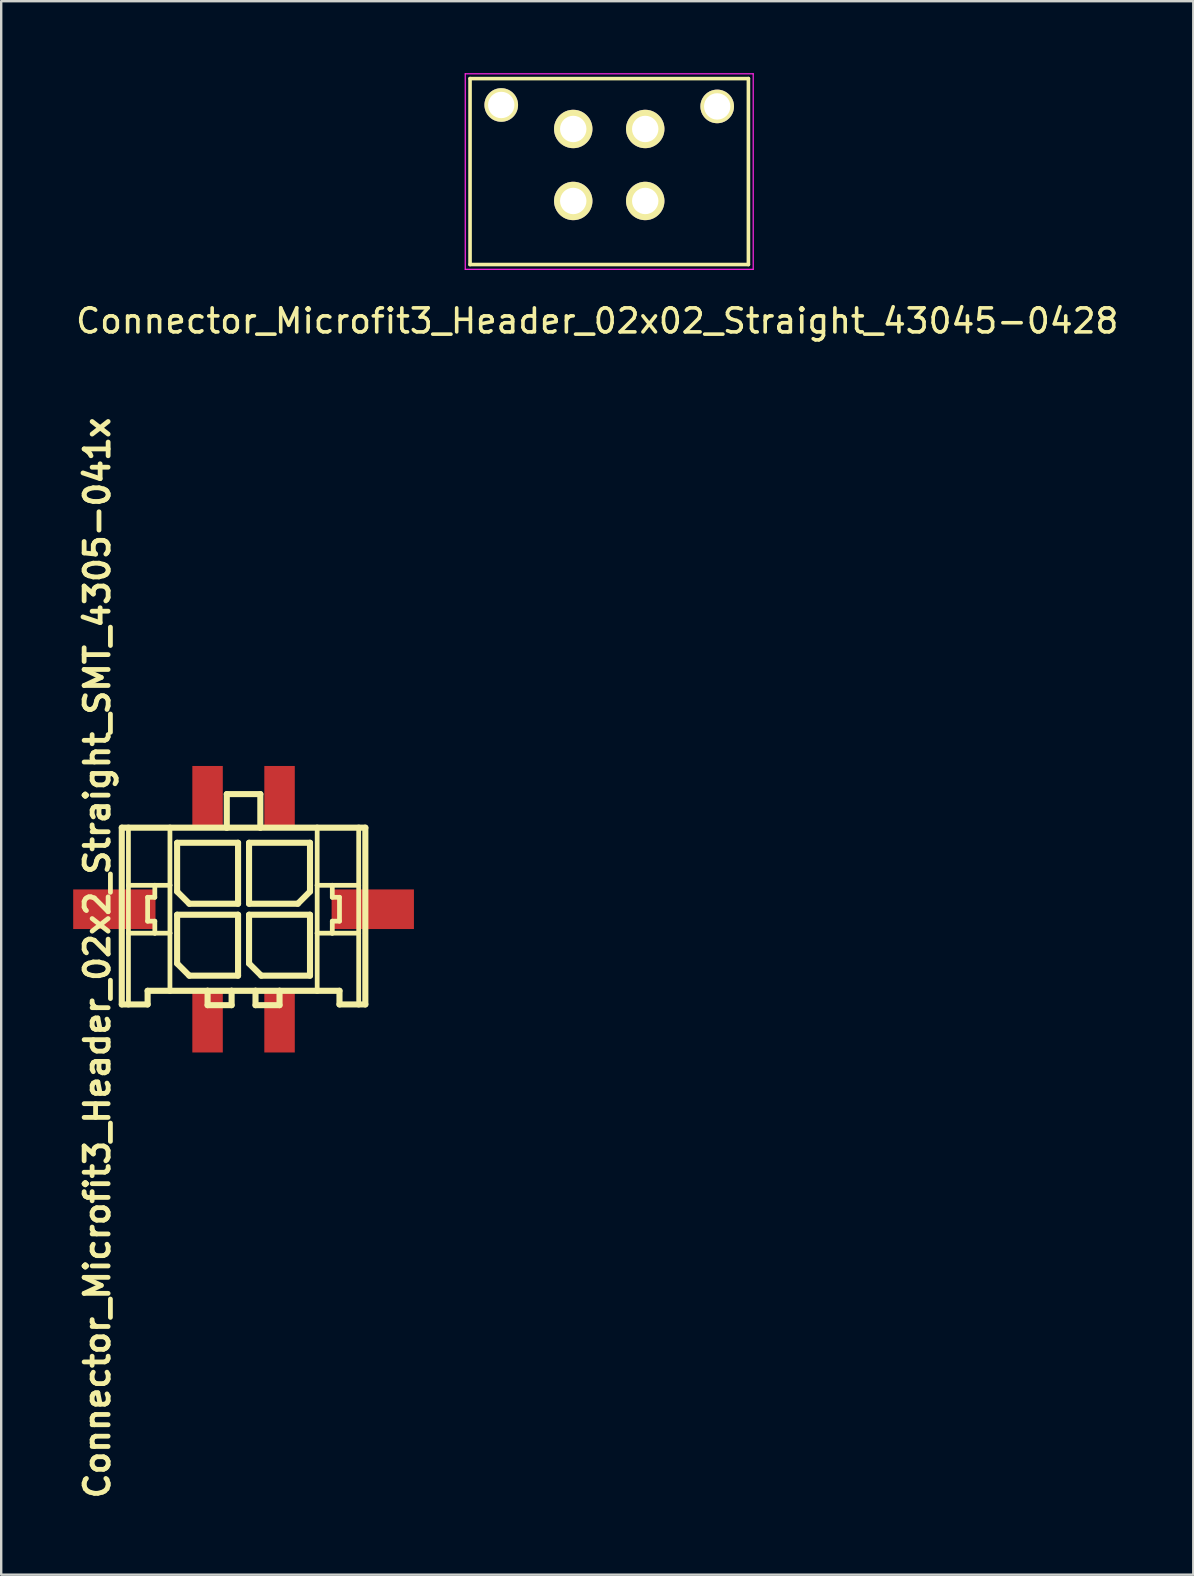
<source format=kicad_pcb>
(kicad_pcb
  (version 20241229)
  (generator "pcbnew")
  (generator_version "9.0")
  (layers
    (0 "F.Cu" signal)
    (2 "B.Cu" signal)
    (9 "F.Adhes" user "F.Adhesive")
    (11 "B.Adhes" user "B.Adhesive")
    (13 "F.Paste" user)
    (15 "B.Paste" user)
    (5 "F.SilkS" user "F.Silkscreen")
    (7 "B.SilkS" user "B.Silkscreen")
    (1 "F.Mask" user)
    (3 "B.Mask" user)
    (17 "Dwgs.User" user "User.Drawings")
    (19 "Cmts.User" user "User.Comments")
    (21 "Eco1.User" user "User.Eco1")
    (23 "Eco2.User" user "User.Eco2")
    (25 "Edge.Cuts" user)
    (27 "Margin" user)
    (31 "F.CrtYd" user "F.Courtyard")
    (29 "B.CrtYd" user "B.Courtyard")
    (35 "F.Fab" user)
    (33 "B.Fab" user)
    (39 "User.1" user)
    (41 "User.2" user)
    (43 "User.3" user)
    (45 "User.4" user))
  (footprint "Connector_Microfit3_Header_02x2_Straight_SMT_4305-041x"
    (placed yes)
    (layer "F.Cu")
    (at 7.1 34.841)
    (property "Reference" "Connector_Microfit3_Header_02x2_Straight_SMT_4305-041x" (at -6.096 2.032 90) (layer "F.SilkS") (effects (font (size 1 1) (thickness 0.2))))
    (attr smd)
    (fp_line (start -5.075 -3.399) (end -4.798 -3.399) (stroke (width 0.254) (type solid)) (layer "F.SilkS"))
    (fp_line (start -5.075 3.967) (end -5.075 -3.399) (stroke (width 0.254) (type solid)) (layer "F.SilkS"))
    (fp_line (start -4.798 -3.399) (end -3.068 -3.399) (stroke (width 0.254) (type solid)) (layer "F.SilkS"))
    (fp_line (start -4.798 -0.998) (end -4.798 -3.399) (stroke (width 0.198) (type solid)) (layer "F.SilkS"))
    (fp_line (start -4.798 0.998) (end -4.798 -0.998) (stroke (width 0.198) (type solid)) (layer "F.SilkS"))
    (fp_line (start -4.798 3.967) (end -5.075 3.967) (stroke (width 0.254) (type solid)) (layer "F.SilkS"))
    (fp_line (start -4.798 3.967) (end -4.798 0.998) (stroke (width 0.198) (type solid)) (layer "F.SilkS"))
    (fp_line (start -3.998 -0.498) (end -3.998 0.498) (stroke (width 0.198) (type solid)) (layer "F.SilkS"))
    (fp_line (start -3.998 0.498) (end -3.698 0.498) (stroke (width 0.198) (type solid)) (layer "F.SilkS"))
    (fp_line (start -3.998 3.399) (end -3.998 3.967) (stroke (width 0.254) (type solid)) (layer "F.SilkS"))
    (fp_line (start -3.998 3.967) (end -4.798 3.967) (stroke (width 0.254) (type solid)) (layer "F.SilkS"))
    (fp_line (start -3.698 -0.998) (end -4.798 -0.998) (stroke (width 0.198) (type solid)) (layer "F.SilkS"))
    (fp_line (start -3.698 -0.998) (end -3.698 -0.498) (stroke (width 0.198) (type solid)) (layer "F.SilkS"))
    (fp_line (start -3.698 -0.498) (end -3.998 -0.498) (stroke (width 0.198) (type solid)) (layer "F.SilkS"))
    (fp_line (start -3.698 0.498) (end -3.698 0.998) (stroke (width 0.198) (type solid)) (layer "F.SilkS"))
    (fp_line (start -3.698 0.998) (end -4.798 0.998) (stroke (width 0.198) (type solid)) (layer "F.SilkS"))
    (fp_line (start -3.068 -3.399) (end -0.699 -3.399) (stroke (width 0.254) (type solid)) (layer "F.SilkS"))
    (fp_line (start -3.068 -0.998) (end -3.698 -0.998) (stroke (width 0.198) (type solid)) (layer "F.SilkS"))
    (fp_line (start -3.068 -0.998) (end -3.068 -3.399) (stroke (width 0.198) (type solid)) (layer "F.SilkS"))
    (fp_line (start -3.068 0.998) (end -3.698 0.998) (stroke (width 0.198) (type solid)) (layer "F.SilkS"))
    (fp_line (start -3.068 0.998) (end -3.068 -0.998) (stroke (width 0.198) (type solid)) (layer "F.SilkS"))
    (fp_line (start -3.068 3.399) (end -3.998 3.399) (stroke (width 0.254) (type solid)) (layer "F.SilkS"))
    (fp_line (start -3.068 3.399) (end -3.068 0.998) (stroke (width 0.198) (type solid)) (layer "F.SilkS"))
    (fp_line (start -2.769 -2.769) (end -0.229 -2.769) (stroke (width 0.254) (type solid)) (layer "F.SilkS"))
    (fp_line (start -2.769 -0.737) (end -2.769 -2.769) (stroke (width 0.254) (type solid)) (layer "F.SilkS"))
    (fp_line (start -2.769 0.229) (end -0.229 0.229) (stroke (width 0.254) (type solid)) (layer "F.SilkS"))
    (fp_line (start -2.769 2.261) (end -2.769 0.229) (stroke (width 0.254) (type solid)) (layer "F.SilkS"))
    (fp_line (start -2.261 -0.229) (end -2.769 -0.737) (stroke (width 0.254) (type solid)) (layer "F.SilkS"))
    (fp_line (start -2.261 2.769) (end -2.769 2.261) (stroke (width 0.254) (type solid)) (layer "F.SilkS"))
    (fp_line (start -1.499 3.399) (end -3.068 3.399) (stroke (width 0.254) (type solid)) (layer "F.SilkS"))
    (fp_line (start -1.499 3.399) (end -1.499 3.998) (stroke (width 0.254) (type solid)) (layer "F.SilkS"))
    (fp_line (start -1.499 3.998) (end -0.498 3.998) (stroke (width 0.254) (type solid)) (layer "F.SilkS"))
    (fp_line (start -0.699 -4.798) (end -0.699 -3.399) (stroke (width 0.254) (type solid)) (layer "F.SilkS"))
    (fp_line (start -0.699 -4.798) (end 0.699 -4.798) (stroke (width 0.254) (type solid)) (layer "F.SilkS"))
    (fp_line (start -0.699 -3.399) (end 0.699 -3.399) (stroke (width 0.254) (type solid)) (layer "F.SilkS"))
    (fp_line (start -0.498 3.399) (end -1.499 3.399) (stroke (width 0.254) (type solid)) (layer "F.SilkS"))
    (fp_line (start -0.498 3.998) (end -0.498 3.399) (stroke (width 0.254) (type solid)) (layer "F.SilkS"))
    (fp_line (start -0.229 -2.769) (end -0.229 -0.229) (stroke (width 0.254) (type solid)) (layer "F.SilkS"))
    (fp_line (start -0.229 -0.229) (end -2.261 -0.229) (stroke (width 0.254) (type solid)) (layer "F.SilkS"))
    (fp_line (start -0.229 0.229) (end -0.229 2.769) (stroke (width 0.254) (type solid)) (layer "F.SilkS"))
    (fp_line (start -0.229 2.769) (end -2.261 2.769) (stroke (width 0.254) (type solid)) (layer "F.SilkS"))
    (fp_line (start 0.229 -2.769) (end 0.229 -0.229) (stroke (width 0.254) (type solid)) (layer "F.SilkS"))
    (fp_line (start 0.229 -0.229) (end 2.261 -0.229) (stroke (width 0.254) (type solid)) (layer "F.SilkS"))
    (fp_line (start 0.229 0.229) (end 2.769 0.229) (stroke (width 0.254) (type solid)) (layer "F.SilkS"))
    (fp_line (start 0.229 2.261) (end 0.229 0.229) (stroke (width 0.254) (type solid)) (layer "F.SilkS"))
    (fp_line (start 0.498 3.399) (end -0.498 3.399) (stroke (width 0.254) (type solid)) (layer "F.SilkS"))
    (fp_line (start 0.498 3.399) (end 0.498 3.998) (stroke (width 0.254) (type solid)) (layer "F.SilkS"))
    (fp_line (start 0.498 3.998) (end 1.499 3.998) (stroke (width 0.254) (type solid)) (layer "F.SilkS"))
    (fp_line (start 0.699 -4.798) (end 0.699 -3.399) (stroke (width 0.254) (type solid)) (layer "F.SilkS"))
    (fp_line (start 0.699 -3.399) (end 3.068 -3.399) (stroke (width 0.254) (type solid)) (layer "F.SilkS"))
    (fp_line (start 0.737 2.769) (end 0.229 2.261) (stroke (width 0.254) (type solid)) (layer "F.SilkS"))
    (fp_line (start 1.499 3.399) (end 0.498 3.399) (stroke (width 0.254) (type solid)) (layer "F.SilkS"))
    (fp_line (start 1.499 3.998) (end 1.499 3.399) (stroke (width 0.254) (type solid)) (layer "F.SilkS"))
    (fp_line (start 2.261 -0.229) (end 2.769 -0.737) (stroke (width 0.254) (type solid)) (layer "F.SilkS"))
    (fp_line (start 2.769 -2.769) (end 0.229 -2.769) (stroke (width 0.254) (type solid)) (layer "F.SilkS"))
    (fp_line (start 2.769 -0.737) (end 2.769 -2.769) (stroke (width 0.254) (type solid)) (layer "F.SilkS"))
    (fp_line (start 2.769 0.229) (end 2.769 2.769) (stroke (width 0.254) (type solid)) (layer "F.SilkS"))
    (fp_line (start 2.769 2.769) (end 0.737 2.769) (stroke (width 0.254) (type solid)) (layer "F.SilkS"))
    (fp_line (start 3.068 -3.399) (end 3.068 -0.998) (stroke (width 0.198) (type solid)) (layer "F.SilkS"))
    (fp_line (start 3.068 -3.399) (end 4.798 -3.399) (stroke (width 0.254) (type solid)) (layer "F.SilkS"))
    (fp_line (start 3.068 -0.998) (end 3.068 0.998) (stroke (width 0.198) (type solid)) (layer "F.SilkS"))
    (fp_line (start 3.068 -0.998) (end 3.698 -0.998) (stroke (width 0.198) (type solid)) (layer "F.SilkS"))
    (fp_line (start 3.068 0.998) (end 3.068 3.399) (stroke (width 0.198) (type solid)) (layer "F.SilkS"))
    (fp_line (start 3.068 0.998) (end 3.698 0.998) (stroke (width 0.198) (type solid)) (layer "F.SilkS"))
    (fp_line (start 3.068 3.399) (end 1.499 3.399) (stroke (width 0.254) (type solid)) (layer "F.SilkS"))
    (fp_line (start 3.698 -0.998) (end 3.698 -0.498) (stroke (width 0.198) (type solid)) (layer "F.SilkS"))
    (fp_line (start 3.698 -0.998) (end 4.798 -0.998) (stroke (width 0.198) (type solid)) (layer "F.SilkS"))
    (fp_line (start 3.698 -0.498) (end 3.998 -0.498) (stroke (width 0.198) (type solid)) (layer "F.SilkS"))
    (fp_line (start 3.698 0.498) (end 3.698 0.998) (stroke (width 0.198) (type solid)) (layer "F.SilkS"))
    (fp_line (start 3.698 0.998) (end 4.798 0.998) (stroke (width 0.198) (type solid)) (layer "F.SilkS"))
    (fp_line (start 3.998 -0.498) (end 3.998 0.498) (stroke (width 0.198) (type solid)) (layer "F.SilkS"))
    (fp_line (start 3.998 0.498) (end 3.698 0.498) (stroke (width 0.198) (type solid)) (layer "F.SilkS"))
    (fp_line (start 3.998 3.399) (end 3.068 3.399) (stroke (width 0.254) (type solid)) (layer "F.SilkS"))
    (fp_line (start 3.998 3.967) (end 3.998 3.399) (stroke (width 0.254) (type solid)) (layer "F.SilkS"))
    (fp_line (start 3.998 3.967) (end 4.798 3.967) (stroke (width 0.254) (type solid)) (layer "F.SilkS"))
    (fp_line (start 4.798 -3.399) (end 5.075 -3.399) (stroke (width 0.254) (type solid)) (layer "F.SilkS"))
    (fp_line (start 4.798 -0.998) (end 4.798 -3.399) (stroke (width 0.198) (type solid)) (layer "F.SilkS"))
    (fp_line (start 4.798 0.998) (end 4.798 -0.998) (stroke (width 0.198) (type solid)) (layer "F.SilkS"))
    (fp_line (start 4.798 3.967) (end 4.798 0.998) (stroke (width 0.198) (type solid)) (layer "F.SilkS"))
    (fp_line (start 4.798 3.967) (end 5.075 3.967) (stroke (width 0.254) (type solid)) (layer "F.SilkS"))
    (fp_line (start 5.075 -3.399) (end 5.075 3.967) (stroke (width 0.254) (type solid)) (layer "F.SilkS"))
    (pad "1" smd rect (at 1.5 4.7) (size 1.27 2.54) (layers "F.Cu" "F.Mask" "F.Paste"))
    (pad "2" smd rect (at -1.5 4.7) (size 1.27 2.54) (layers "F.Cu" "F.Mask" "F.Paste"))
    (pad "3" smd rect (at 1.5 -4.7) (size 1.27 2.54) (layers "F.Cu" "F.Mask" "F.Paste"))
    (pad "4" smd rect (at -1.5 -4.7) (size 1.27 2.54) (layers "F.Cu" "F.Mask" "F.Paste"))
    (pad "CLIP" smd rect (at -5.385 0) (size 3.43 1.65) (layers "F.Cu" "F.Mask" "F.Paste"))
    (pad "CLIP" smd rect (at 5.385 0) (size 3.43 1.65) (layers "F.Cu" "F.Mask" "F.Paste")))
  (footprint "Connector_Microfit3_Header_02x02_Straight_43045-0428"
    (layer "F.Cu")
    (at 23.839 5.325)
    (property "Reference" "Connector_Microfit3_Header_02x02_Straight_43045-0428" (at -2 5 0) (layer "F.SilkS") (effects (font (size 1 1) (thickness 0.15))))
    (attr through_hole)
    (fp_line (start -7.3 2.65) (end -7.3 -5.1) (stroke (width 0.15) (type solid)) (layer "F.SilkS"))
    (fp_line (start 4.3 -5.1) (end -7.3 -5.1) (stroke (width 0.15) (type solid)) (layer "F.SilkS"))
    (fp_line (start 4.3 2.65) (end -7.3 2.65) (stroke (width 0.15) (type solid)) (layer "F.SilkS"))
    (fp_line (start 4.3 2.65) (end 4.3 -5.1) (stroke (width 0.15) (type solid)) (layer "F.SilkS"))
    (fp_line (start -7.5 2.85) (end -7.5 -5.3) (stroke (width 0.05) (type solid)) (layer "F.CrtYd"))
    (fp_line (start 4.5 -5.3) (end -7.5 -5.3) (stroke (width 0.05) (type solid)) (layer "F.CrtYd"))
    (fp_line (start 4.5 2.85) (end -7.5 2.85) (stroke (width 0.05) (type solid)) (layer "F.CrtYd"))
    (fp_line (start 4.5 2.85) (end 4.5 -5.3) (stroke (width 0.05) (type solid)) (layer "F.CrtYd"))
    (pad "" thru_hole circle (at -6 -4) (size 1.4 1.4) (drill 1.1) (layers "*.Cu" "*.Mask" "F.SilkS"))
    (pad "" thru_hole circle (at 3 -3.94) (size 1.4 1.4) (drill 1.1) (layers "*.Cu" "*.Mask" "F.SilkS"))
    (pad "1" thru_hole circle (at 0 0) (size 1.6 1.6) (drill 1.1) (layers "*.Cu" "*.Mask" "F.SilkS"))
    (pad "2" thru_hole circle (at -3 0) (size 1.6 1.6) (drill 1.1) (layers "*.Cu" "*.Mask" "F.SilkS"))
    (pad "3" thru_hole circle (at 0 -3) (size 1.6 1.6) (drill 1.1) (layers "*.Cu" "*.Mask" "F.SilkS"))
    (pad "4" thru_hole circle (at -3 -3) (size 1.6 1.6) (drill 1.1) (layers "*.Cu" "*.Mask" "F.SilkS")))
  (gr_rect
    (start -3 -3)
    (end 46.679 62.573)
    (stroke (width 0.1) (type default))
    (fill no)
    (layer "Edge.Cuts")))
</source>
